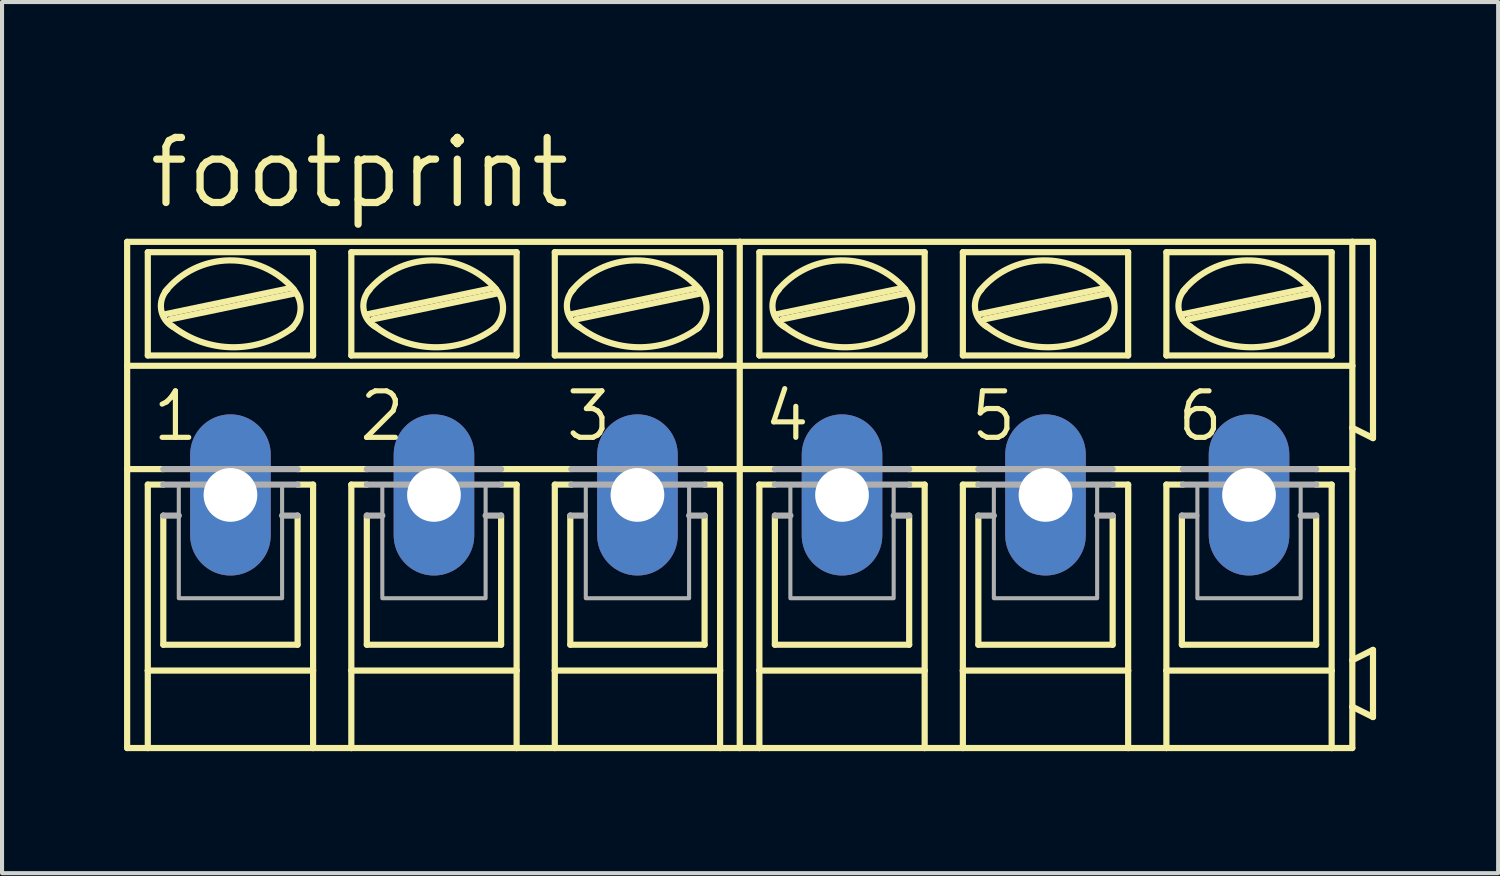
<source format=kicad_pcb>
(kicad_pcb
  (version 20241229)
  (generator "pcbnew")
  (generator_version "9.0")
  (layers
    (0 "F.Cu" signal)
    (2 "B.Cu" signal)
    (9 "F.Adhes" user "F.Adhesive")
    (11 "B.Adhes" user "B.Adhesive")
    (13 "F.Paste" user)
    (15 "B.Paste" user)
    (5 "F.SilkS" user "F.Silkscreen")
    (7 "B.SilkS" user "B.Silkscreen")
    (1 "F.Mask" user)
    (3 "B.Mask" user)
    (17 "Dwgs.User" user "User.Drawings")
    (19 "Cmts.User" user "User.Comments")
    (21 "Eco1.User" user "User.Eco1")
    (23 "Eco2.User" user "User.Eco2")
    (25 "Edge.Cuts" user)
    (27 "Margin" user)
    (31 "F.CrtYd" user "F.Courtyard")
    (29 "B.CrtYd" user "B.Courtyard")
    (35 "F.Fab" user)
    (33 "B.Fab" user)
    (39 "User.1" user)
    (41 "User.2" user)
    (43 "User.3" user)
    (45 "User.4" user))
  (footprint "footprint"
    (layer "F.Cu")
    (at 15.138 9.119)
    (property "Reference" "footprint" (at -14.605 -6.985 0) (layer "F.SilkS") (effects (font (size 1.6 1.6) (thickness 0.178)) (justify left bottom)))
    (fp_line (start -15.062 -3.175) (end -15.062 -6.223) (stroke (width 0.152) (type solid)) (layer "F.SilkS"))
    (fp_line (start -15.062 -3.175) (end 0 -3.175) (stroke (width 0.152) (type solid)) (layer "F.SilkS"))
    (fp_line (start -15.062 -0.635) (end -15.062 -3.175) (stroke (width 0.152) (type solid)) (layer "F.SilkS"))
    (fp_line (start -15.062 -0.635) (end -14.173 -0.635) (stroke (width 0.152) (type solid)) (layer "F.SilkS"))
    (fp_line (start -15.062 6.223) (end -15.062 -0.635) (stroke (width 0.152) (type solid)) (layer "F.SilkS"))
    (fp_line (start -15.062 6.223) (end -14.554 6.223) (stroke (width 0.152) (type solid)) (layer "F.SilkS"))
    (fp_line (start -14.554 -3.429) (end -14.554 -5.969) (stroke (width 0.152) (type solid)) (layer "F.SilkS"))
    (fp_line (start -14.554 -0.254) (end -14.554 4.318) (stroke (width 0.152) (type solid)) (layer "F.SilkS"))
    (fp_line (start -14.554 -0.254) (end -14.173 -0.254) (stroke (width 0.152) (type solid)) (layer "F.SilkS"))
    (fp_line (start -14.554 4.318) (end -14.554 6.223) (stroke (width 0.152) (type solid)) (layer "F.SilkS"))
    (fp_line (start -14.554 6.223) (end -10.49 6.223) (stroke (width 0.152) (type solid)) (layer "F.SilkS"))
    (fp_line (start -14.173 3.683) (end -14.173 0.508) (stroke (width 0.152) (type solid)) (layer "F.SilkS"))
    (fp_line (start -14.122 -4.445) (end -11.074 -5.08) (stroke (width 0.152) (type solid)) (layer "F.SilkS"))
    (fp_line (start -13.995 -4.318) (end -10.947 -4.953) (stroke (width 0.152) (type solid)) (layer "F.SilkS"))
    (fp_line (start -10.871 -0.635) (end -9.169 -0.635) (stroke (width 0.152) (type solid)) (layer "F.SilkS"))
    (fp_line (start -10.871 3.683) (end -14.173 3.683) (stroke (width 0.152) (type solid)) (layer "F.SilkS"))
    (fp_line (start -10.871 3.683) (end -10.871 0.508) (stroke (width 0.152) (type solid)) (layer "F.SilkS"))
    (fp_line (start -10.49 -5.969) (end -14.554 -5.969) (stroke (width 0.152) (type solid)) (layer "F.SilkS"))
    (fp_line (start -10.49 -3.429) (end -14.554 -3.429) (stroke (width 0.152) (type solid)) (layer "F.SilkS"))
    (fp_line (start -10.49 -3.429) (end -10.49 -5.969) (stroke (width 0.152) (type solid)) (layer "F.SilkS"))
    (fp_line (start -10.49 -0.254) (end -10.871 -0.254) (stroke (width 0.152) (type solid)) (layer "F.SilkS"))
    (fp_line (start -10.49 4.318) (end -14.554 4.318) (stroke (width 0.152) (type solid)) (layer "F.SilkS"))
    (fp_line (start -10.49 4.318) (end -10.49 -0.254) (stroke (width 0.152) (type solid)) (layer "F.SilkS"))
    (fp_line (start -10.49 6.223) (end -10.49 4.318) (stroke (width 0.152) (type solid)) (layer "F.SilkS"))
    (fp_line (start -10.49 6.223) (end -9.55 6.223) (stroke (width 0.152) (type solid)) (layer "F.SilkS"))
    (fp_line (start -9.55 -5.969) (end -5.486 -5.969) (stroke (width 0.152) (type solid)) (layer "F.SilkS"))
    (fp_line (start -9.55 -3.429) (end -9.55 -5.969) (stroke (width 0.152) (type solid)) (layer "F.SilkS"))
    (fp_line (start -9.55 -0.254) (end -9.169 -0.254) (stroke (width 0.152) (type solid)) (layer "F.SilkS"))
    (fp_line (start -9.55 4.318) (end -9.55 -0.254) (stroke (width 0.152) (type solid)) (layer "F.SilkS"))
    (fp_line (start -9.55 4.318) (end -5.486 4.318) (stroke (width 0.152) (type solid)) (layer "F.SilkS"))
    (fp_line (start -9.55 6.223) (end -9.55 4.318) (stroke (width 0.152) (type solid)) (layer "F.SilkS"))
    (fp_line (start -9.55 6.223) (end -5.486 6.223) (stroke (width 0.152) (type solid)) (layer "F.SilkS"))
    (fp_line (start -9.169 3.683) (end -9.169 0.508) (stroke (width 0.152) (type solid)) (layer "F.SilkS"))
    (fp_line (start -9.144 -4.445) (end -6.096 -5.08) (stroke (width 0.152) (type solid)) (layer "F.SilkS"))
    (fp_line (start -9.017 -4.318) (end -5.969 -4.953) (stroke (width 0.152) (type solid)) (layer "F.SilkS"))
    (fp_line (start -5.867 3.683) (end -9.169 3.683) (stroke (width 0.152) (type solid)) (layer "F.SilkS"))
    (fp_line (start -5.867 3.683) (end -5.867 0.508) (stroke (width 0.152) (type solid)) (layer "F.SilkS"))
    (fp_line (start -5.842 -0.635) (end -4.166 -0.635) (stroke (width 0.152) (type solid)) (layer "F.SilkS"))
    (fp_line (start -5.486 -5.969) (end -5.486 -3.429) (stroke (width 0.152) (type solid)) (layer "F.SilkS"))
    (fp_line (start -5.486 -3.429) (end -9.55 -3.429) (stroke (width 0.152) (type solid)) (layer "F.SilkS"))
    (fp_line (start -5.486 -0.254) (end -5.867 -0.254) (stroke (width 0.152) (type solid)) (layer "F.SilkS"))
    (fp_line (start -5.486 -0.254) (end -5.486 4.318) (stroke (width 0.152) (type solid)) (layer "F.SilkS"))
    (fp_line (start -5.486 4.318) (end -5.486 6.223) (stroke (width 0.152) (type solid)) (layer "F.SilkS"))
    (fp_line (start -5.486 6.223) (end -4.547 6.223) (stroke (width 0.152) (type solid)) (layer "F.SilkS"))
    (fp_line (start -4.547 -5.969) (end -0.483 -5.969) (stroke (width 0.152) (type solid)) (layer "F.SilkS"))
    (fp_line (start -4.547 -3.429) (end -4.547 -5.969) (stroke (width 0.152) (type solid)) (layer "F.SilkS"))
    (fp_line (start -4.547 -0.254) (end -4.14 -0.254) (stroke (width 0.152) (type solid)) (layer "F.SilkS"))
    (fp_line (start -4.547 4.318) (end -4.547 -0.254) (stroke (width 0.152) (type solid)) (layer "F.SilkS"))
    (fp_line (start -4.547 4.318) (end -0.483 4.318) (stroke (width 0.152) (type solid)) (layer "F.SilkS"))
    (fp_line (start -4.547 6.223) (end -4.547 4.318) (stroke (width 0.152) (type solid)) (layer "F.SilkS"))
    (fp_line (start -4.547 6.223) (end -0.483 6.223) (stroke (width 0.152) (type solid)) (layer "F.SilkS"))
    (fp_line (start -4.166 3.683) (end -4.166 0.508) (stroke (width 0.152) (type solid)) (layer "F.SilkS"))
    (fp_line (start -4.14 -4.445) (end -1.092 -5.08) (stroke (width 0.152) (type solid)) (layer "F.SilkS"))
    (fp_line (start -4.013 -4.318) (end -0.965 -4.953) (stroke (width 0.152) (type solid)) (layer "F.SilkS"))
    (fp_line (start -0.864 3.683) (end -4.166 3.683) (stroke (width 0.152) (type solid)) (layer "F.SilkS"))
    (fp_line (start -0.864 3.683) (end -0.864 0.508) (stroke (width 0.152) (type solid)) (layer "F.SilkS"))
    (fp_line (start -0.483 -5.969) (end -0.483 -3.429) (stroke (width 0.152) (type solid)) (layer "F.SilkS"))
    (fp_line (start -0.483 -3.429) (end -4.547 -3.429) (stroke (width 0.152) (type solid)) (layer "F.SilkS"))
    (fp_line (start -0.483 -0.254) (end -0.864 -0.254) (stroke (width 0.152) (type solid)) (layer "F.SilkS"))
    (fp_line (start -0.483 -0.254) (end -0.483 4.318) (stroke (width 0.152) (type solid)) (layer "F.SilkS"))
    (fp_line (start -0.483 4.318) (end -0.483 6.223) (stroke (width 0.152) (type solid)) (layer "F.SilkS"))
    (fp_line (start -0.483 6.223) (end 0 6.223) (stroke (width 0.152) (type solid)) (layer "F.SilkS"))
    (fp_line (start 0 -6.223) (end -15.062 -6.223) (stroke (width 0.152) (type solid)) (layer "F.SilkS"))
    (fp_line (start 0 -3.175) (end 0 -6.223) (stroke (width 0.152) (type solid)) (layer "F.SilkS"))
    (fp_line (start 0 -3.175) (end 15.062 -3.175) (stroke (width 0.152) (type solid)) (layer "F.SilkS"))
    (fp_line (start 0 -0.635) (end -0.864 -0.635) (stroke (width 0.152) (type solid)) (layer "F.SilkS"))
    (fp_line (start 0 -0.635) (end 0 -3.175) (stroke (width 0.152) (type solid)) (layer "F.SilkS"))
    (fp_line (start 0 -0.635) (end 0.864 -0.635) (stroke (width 0.152) (type solid)) (layer "F.SilkS"))
    (fp_line (start 0 6.223) (end 0 -0.635) (stroke (width 0.152) (type solid)) (layer "F.SilkS"))
    (fp_line (start 0 6.223) (end 0.483 6.223) (stroke (width 0.152) (type solid)) (layer "F.SilkS"))
    (fp_line (start 0.483 -3.429) (end 0.483 -5.969) (stroke (width 0.152) (type solid)) (layer "F.SilkS"))
    (fp_line (start 0.483 -0.254) (end 0.483 4.318) (stroke (width 0.152) (type solid)) (layer "F.SilkS"))
    (fp_line (start 0.483 -0.254) (end 0.864 -0.254) (stroke (width 0.152) (type solid)) (layer "F.SilkS"))
    (fp_line (start 0.483 4.318) (end 0.483 6.223) (stroke (width 0.152) (type solid)) (layer "F.SilkS"))
    (fp_line (start 0.483 6.223) (end 4.547 6.223) (stroke (width 0.152) (type solid)) (layer "F.SilkS"))
    (fp_line (start 0.864 3.683) (end 0.864 0.508) (stroke (width 0.152) (type solid)) (layer "F.SilkS"))
    (fp_line (start 0.914 -4.445) (end 3.962 -5.08) (stroke (width 0.152) (type solid)) (layer "F.SilkS"))
    (fp_line (start 1.041 -4.318) (end 4.089 -4.953) (stroke (width 0.152) (type solid)) (layer "F.SilkS"))
    (fp_line (start 4.166 -0.635) (end 5.867 -0.635) (stroke (width 0.152) (type solid)) (layer "F.SilkS"))
    (fp_line (start 4.166 3.683) (end 0.864 3.683) (stroke (width 0.152) (type solid)) (layer "F.SilkS"))
    (fp_line (start 4.166 3.683) (end 4.166 0.508) (stroke (width 0.152) (type solid)) (layer "F.SilkS"))
    (fp_line (start 4.547 -5.969) (end 0.483 -5.969) (stroke (width 0.152) (type solid)) (layer "F.SilkS"))
    (fp_line (start 4.547 -3.429) (end 0.483 -3.429) (stroke (width 0.152) (type solid)) (layer "F.SilkS"))
    (fp_line (start 4.547 -3.429) (end 4.547 -5.969) (stroke (width 0.152) (type solid)) (layer "F.SilkS"))
    (fp_line (start 4.547 -0.254) (end 4.166 -0.254) (stroke (width 0.152) (type solid)) (layer "F.SilkS"))
    (fp_line (start 4.547 4.318) (end 0.483 4.318) (stroke (width 0.152) (type solid)) (layer "F.SilkS"))
    (fp_line (start 4.547 4.318) (end 4.547 -0.254) (stroke (width 0.152) (type solid)) (layer "F.SilkS"))
    (fp_line (start 4.547 6.223) (end 4.547 4.318) (stroke (width 0.152) (type solid)) (layer "F.SilkS"))
    (fp_line (start 4.547 6.223) (end 5.486 6.223) (stroke (width 0.152) (type solid)) (layer "F.SilkS"))
    (fp_line (start 5.486 -5.969) (end 9.55 -5.969) (stroke (width 0.152) (type solid)) (layer "F.SilkS"))
    (fp_line (start 5.486 -3.429) (end 5.486 -5.969) (stroke (width 0.152) (type solid)) (layer "F.SilkS"))
    (fp_line (start 5.486 -0.254) (end 5.867 -0.254) (stroke (width 0.152) (type solid)) (layer "F.SilkS"))
    (fp_line (start 5.486 4.318) (end 5.486 -0.254) (stroke (width 0.152) (type solid)) (layer "F.SilkS"))
    (fp_line (start 5.486 4.318) (end 9.55 4.318) (stroke (width 0.152) (type solid)) (layer "F.SilkS"))
    (fp_line (start 5.486 6.223) (end 5.486 4.318) (stroke (width 0.152) (type solid)) (layer "F.SilkS"))
    (fp_line (start 5.486 6.223) (end 9.55 6.223) (stroke (width 0.152) (type solid)) (layer "F.SilkS"))
    (fp_line (start 5.867 3.683) (end 5.867 0.508) (stroke (width 0.152) (type solid)) (layer "F.SilkS"))
    (fp_line (start 5.893 -4.445) (end 8.941 -5.08) (stroke (width 0.152) (type solid)) (layer "F.SilkS"))
    (fp_line (start 6.02 -4.318) (end 9.068 -4.953) (stroke (width 0.152) (type solid)) (layer "F.SilkS"))
    (fp_line (start 9.169 3.683) (end 5.867 3.683) (stroke (width 0.152) (type solid)) (layer "F.SilkS"))
    (fp_line (start 9.169 3.683) (end 9.169 0.508) (stroke (width 0.152) (type solid)) (layer "F.SilkS"))
    (fp_line (start 9.195 -0.635) (end 10.871 -0.635) (stroke (width 0.152) (type solid)) (layer "F.SilkS"))
    (fp_line (start 9.55 -5.969) (end 9.55 -3.429) (stroke (width 0.152) (type solid)) (layer "F.SilkS"))
    (fp_line (start 9.55 -3.429) (end 5.486 -3.429) (stroke (width 0.152) (type solid)) (layer "F.SilkS"))
    (fp_line (start 9.55 -0.254) (end 9.169 -0.254) (stroke (width 0.152) (type solid)) (layer "F.SilkS"))
    (fp_line (start 9.55 -0.254) (end 9.55 4.318) (stroke (width 0.152) (type solid)) (layer "F.SilkS"))
    (fp_line (start 9.55 4.318) (end 9.55 6.223) (stroke (width 0.152) (type solid)) (layer "F.SilkS"))
    (fp_line (start 9.55 6.223) (end 10.49 6.223) (stroke (width 0.152) (type solid)) (layer "F.SilkS"))
    (fp_line (start 10.49 -5.969) (end 14.554 -5.969) (stroke (width 0.152) (type solid)) (layer "F.SilkS"))
    (fp_line (start 10.49 -3.429) (end 10.49 -5.969) (stroke (width 0.152) (type solid)) (layer "F.SilkS"))
    (fp_line (start 10.49 -0.254) (end 10.897 -0.254) (stroke (width 0.152) (type solid)) (layer "F.SilkS"))
    (fp_line (start 10.49 4.318) (end 10.49 -0.254) (stroke (width 0.152) (type solid)) (layer "F.SilkS"))
    (fp_line (start 10.49 4.318) (end 14.554 4.318) (stroke (width 0.152) (type solid)) (layer "F.SilkS"))
    (fp_line (start 10.49 6.223) (end 10.49 4.318) (stroke (width 0.152) (type solid)) (layer "F.SilkS"))
    (fp_line (start 10.49 6.223) (end 14.554 6.223) (stroke (width 0.152) (type solid)) (layer "F.SilkS"))
    (fp_line (start 10.871 3.683) (end 10.871 0.508) (stroke (width 0.152) (type solid)) (layer "F.SilkS"))
    (fp_line (start 10.897 -4.445) (end 13.945 -5.08) (stroke (width 0.152) (type solid)) (layer "F.SilkS"))
    (fp_line (start 11.024 -4.318) (end 14.072 -4.953) (stroke (width 0.152) (type solid)) (layer "F.SilkS"))
    (fp_line (start 14.173 3.683) (end 10.871 3.683) (stroke (width 0.152) (type solid)) (layer "F.SilkS"))
    (fp_line (start 14.173 3.683) (end 14.173 0.508) (stroke (width 0.152) (type solid)) (layer "F.SilkS"))
    (fp_line (start 14.554 -5.969) (end 14.554 -3.429) (stroke (width 0.152) (type solid)) (layer "F.SilkS"))
    (fp_line (start 14.554 -3.429) (end 10.49 -3.429) (stroke (width 0.152) (type solid)) (layer "F.SilkS"))
    (fp_line (start 14.554 -0.254) (end 14.173 -0.254) (stroke (width 0.152) (type solid)) (layer "F.SilkS"))
    (fp_line (start 14.554 -0.254) (end 14.554 4.318) (stroke (width 0.152) (type solid)) (layer "F.SilkS"))
    (fp_line (start 14.554 4.318) (end 14.554 6.223) (stroke (width 0.152) (type solid)) (layer "F.SilkS"))
    (fp_line (start 14.554 6.223) (end 15.062 6.223) (stroke (width 0.152) (type solid)) (layer "F.SilkS"))
    (fp_line (start 15.062 -6.223) (end 0 -6.223) (stroke (width 0.152) (type solid)) (layer "F.SilkS"))
    (fp_line (start 15.062 -6.223) (end 15.062 -3.175) (stroke (width 0.152) (type solid)) (layer "F.SilkS"))
    (fp_line (start 15.062 -6.223) (end 15.57 -6.223) (stroke (width 0.152) (type solid)) (layer "F.SilkS"))
    (fp_line (start 15.062 -3.175) (end 15.062 -1.651) (stroke (width 0.152) (type solid)) (layer "F.SilkS"))
    (fp_line (start 15.062 -1.651) (end 15.062 -0.635) (stroke (width 0.152) (type solid)) (layer "F.SilkS"))
    (fp_line (start 15.062 -0.635) (end 14.173 -0.635) (stroke (width 0.152) (type solid)) (layer "F.SilkS"))
    (fp_line (start 15.062 -0.635) (end 15.062 4.064) (stroke (width 0.152) (type solid)) (layer "F.SilkS"))
    (fp_line (start 15.062 4.064) (end 15.062 5.207) (stroke (width 0.152) (type solid)) (layer "F.SilkS"))
    (fp_line (start 15.062 5.207) (end 15.062 6.223) (stroke (width 0.152) (type solid)) (layer "F.SilkS"))
    (fp_line (start 15.57 -6.223) (end 15.57 -1.397) (stroke (width 0.152) (type solid)) (layer "F.SilkS"))
    (fp_line (start 15.57 -1.397) (end 15.062 -1.651) (stroke (width 0.152) (type solid)) (layer "F.SilkS"))
    (fp_line (start 15.57 3.81) (end 15.062 4.064) (stroke (width 0.152) (type solid)) (layer "F.SilkS"))
    (fp_line (start 15.57 3.81) (end 15.57 5.461) (stroke (width 0.152) (type solid)) (layer "F.SilkS"))
    (fp_line (start 15.57 5.461) (end 15.062 5.207) (stroke (width 0.152) (type solid)) (layer "F.SilkS"))
    (fp_arc (start -14.1224 -5.0038) (mid -12.558026 -5.76695) (end -10.967999 -5.058801) (stroke (width 0.1524) (type solid)) (layer "F.SilkS"))
    (fp_arc (start -13.927901 -4.129699) (mid -14.225825 -4.557025) (end -14.0716 -5.0546) (stroke (width 0.1524) (type solid)) (layer "F.SilkS"))
    (fp_arc (start -10.982201 -4.118799) (mid -12.484104 -3.631242) (end -13.97 -4.1656) (stroke (width 0.1524) (type solid)) (layer "F.SilkS"))
    (fp_arc (start -10.972899 -5.054499) (mid -10.798539 -4.558083) (end -11.0286 -4.0849) (stroke (width 0.1524) (type solid)) (layer "F.SilkS"))
    (fp_arc (start -9.144 -5.0038) (mid -7.579626 -5.76695) (end -5.989599 -5.058801) (stroke (width 0.1524) (type solid)) (layer "F.SilkS"))
    (fp_arc (start -8.949501 -4.129699) (mid -9.247425 -4.557025) (end -9.0932 -5.0546) (stroke (width 0.1524) (type solid)) (layer "F.SilkS"))
    (fp_arc (start -6.003801 -4.118799) (mid -7.505704 -3.631242) (end -8.9916 -4.1656) (stroke (width 0.1524) (type solid)) (layer "F.SilkS"))
    (fp_arc (start -5.994499 -5.054499) (mid -5.820139 -4.558083) (end -6.0502 -4.0849) (stroke (width 0.1524) (type solid)) (layer "F.SilkS"))
    (fp_arc (start -4.1402 -5.0038) (mid -2.575826 -5.76695) (end -0.985799 -5.058801) (stroke (width 0.1524) (type solid)) (layer "F.SilkS"))
    (fp_arc (start -3.945701 -4.129699) (mid -4.243625 -4.557025) (end -4.0894 -5.0546) (stroke (width 0.1524) (type solid)) (layer "F.SilkS"))
    (fp_arc (start -1.000001 -4.118799) (mid -2.501904 -3.631242) (end -3.9878 -4.1656) (stroke (width 0.1524) (type solid)) (layer "F.SilkS"))
    (fp_arc (start -0.990699 -5.054499) (mid -0.816339 -4.558083) (end -1.0464 -4.0849) (stroke (width 0.1524) (type solid)) (layer "F.SilkS"))
    (fp_arc (start 0.9144 -5.0038) (mid 2.47872 -5.766807) (end 4.0686 -5.058598) (stroke (width 0.1524) (type solid)) (layer "F.SilkS"))
    (fp_arc (start 1.108898 -4.1297) (mid 0.810975 -4.557026) (end 0.9652 -5.0546) (stroke (width 0.1524) (type solid)) (layer "F.SilkS"))
    (fp_arc (start 4.0546 -4.118901) (mid 2.552714 -3.631283) (end 1.0668 -4.1656) (stroke (width 0.1524) (type solid)) (layer "F.SilkS"))
    (fp_arc (start 4.0639 -5.0545) (mid 4.23826 -4.558084) (end 4.0082 -4.0849) (stroke (width 0.1524) (type solid)) (layer "F.SilkS"))
    (fp_arc (start 5.8928 -5.0038) (mid 7.45712 -5.766807) (end 9.047 -5.058598) (stroke (width 0.1524) (type solid)) (layer "F.SilkS"))
    (fp_arc (start 6.087298 -4.1297) (mid 5.789375 -4.557026) (end 5.9436 -5.0546) (stroke (width 0.1524) (type solid)) (layer "F.SilkS"))
    (fp_arc (start 9.033 -4.118901) (mid 7.531114 -3.631283) (end 6.0452 -4.1656) (stroke (width 0.1524) (type solid)) (layer "F.SilkS"))
    (fp_arc (start 9.0423 -5.0545) (mid 9.21666 -4.558084) (end 8.9866 -4.0849) (stroke (width 0.1524) (type solid)) (layer "F.SilkS"))
    (fp_arc (start 10.8966 -5.0038) (mid 12.46092 -5.766807) (end 14.0508 -5.058598) (stroke (width 0.1524) (type solid)) (layer "F.SilkS"))
    (fp_arc (start 11.091098 -4.1297) (mid 10.793175 -4.557026) (end 10.9474 -5.0546) (stroke (width 0.1524) (type solid)) (layer "F.SilkS"))
    (fp_arc (start 14.0368 -4.118901) (mid 12.534914 -3.631283) (end 11.049 -4.1656) (stroke (width 0.1524) (type solid)) (layer "F.SilkS"))
    (fp_arc (start 14.0461 -5.0545) (mid 14.22046 -4.558084) (end 13.9904 -4.0849) (stroke (width 0.1524) (type solid)) (layer "F.SilkS"))
    (fp_line (start -14.173 -0.635) (end -10.871 -0.635) (stroke (width 0.152) (type solid)) (layer "F.Fab"))
    (fp_line (start -14.173 0.508) (end -13.792 0.508) (stroke (width 0.152) (type solid)) (layer "F.Fab"))
    (fp_line (start -10.871 -0.254) (end -14.173 -0.254) (stroke (width 0.152) (type solid)) (layer "F.Fab"))
    (fp_line (start -10.871 0.508) (end -11.252 0.508) (stroke (width 0.152) (type solid)) (layer "F.Fab"))
    (fp_line (start -9.169 -0.254) (end -5.867 -0.254) (stroke (width 0.152) (type solid)) (layer "F.Fab"))
    (fp_line (start -9.169 0.508) (end -8.788 0.508) (stroke (width 0.152) (type solid)) (layer "F.Fab"))
    (fp_line (start -5.867 -0.635) (end -9.169 -0.635) (stroke (width 0.152) (type solid)) (layer "F.Fab"))
    (fp_line (start -5.867 0.508) (end -6.248 0.508) (stroke (width 0.152) (type solid)) (layer "F.Fab"))
    (fp_line (start -4.166 0.508) (end -3.81 0.508) (stroke (width 0.152) (type solid)) (layer "F.Fab"))
    (fp_line (start -4.14 -0.254) (end -0.864 -0.254) (stroke (width 0.152) (type solid)) (layer "F.Fab"))
    (fp_line (start -0.864 -0.635) (end -4.14 -0.635) (stroke (width 0.152) (type solid)) (layer "F.Fab"))
    (fp_line (start -0.864 0.508) (end -1.245 0.508) (stroke (width 0.152) (type solid)) (layer "F.Fab"))
    (fp_line (start 0.864 -0.635) (end 4.166 -0.635) (stroke (width 0.152) (type solid)) (layer "F.Fab"))
    (fp_line (start 0.864 0.508) (end 1.245 0.508) (stroke (width 0.152) (type solid)) (layer "F.Fab"))
    (fp_line (start 4.166 -0.254) (end 0.864 -0.254) (stroke (width 0.152) (type solid)) (layer "F.Fab"))
    (fp_line (start 4.166 0.508) (end 3.785 0.508) (stroke (width 0.152) (type solid)) (layer "F.Fab"))
    (fp_line (start 5.867 -0.254) (end 9.169 -0.254) (stroke (width 0.152) (type solid)) (layer "F.Fab"))
    (fp_line (start 5.867 0.508) (end 6.248 0.508) (stroke (width 0.152) (type solid)) (layer "F.Fab"))
    (fp_line (start 9.169 -0.635) (end 5.867 -0.635) (stroke (width 0.152) (type solid)) (layer "F.Fab"))
    (fp_line (start 9.169 0.508) (end 8.788 0.508) (stroke (width 0.152) (type solid)) (layer "F.Fab"))
    (fp_line (start 10.871 0.508) (end 11.227 0.508) (stroke (width 0.152) (type solid)) (layer "F.Fab"))
    (fp_line (start 10.897 -0.254) (end 14.173 -0.254) (stroke (width 0.152) (type solid)) (layer "F.Fab"))
    (fp_line (start 14.173 -0.635) (end 10.897 -0.635) (stroke (width 0.152) (type solid)) (layer "F.Fab"))
    (fp_line (start 14.173 0.508) (end 13.792 0.508) (stroke (width 0.152) (type solid)) (layer "F.Fab"))
    (fp_poly (pts (xy -13.792 2.54) (xy -11.252 2.54) (xy -11.252 -0.254) (xy -13.792 -0.254)) (stroke (width 0.1) (type solid)) (fill no) (layer "F.Fab"))
    (fp_poly (pts (xy -8.788 2.54) (xy -6.248 2.54) (xy -6.248 -0.254) (xy -8.788 -0.254)) (stroke (width 0.1) (type solid)) (fill no) (layer "F.Fab"))
    (fp_poly (pts (xy -3.785 2.54) (xy -1.245 2.54) (xy -1.245 -0.254) (xy -3.785 -0.254)) (stroke (width 0.1) (type solid)) (fill no) (layer "F.Fab"))
    (fp_poly (pts (xy 1.245 2.54) (xy 3.785 2.54) (xy 3.785 -0.254) (xy 1.245 -0.254)) (stroke (width 0.1) (type solid)) (fill no) (layer "F.Fab"))
    (fp_poly (pts (xy 6.248 2.54) (xy 8.788 2.54) (xy 8.788 -0.254) (xy 6.248 -0.254)) (stroke (width 0.1) (type solid)) (fill no) (layer "F.Fab"))
    (fp_poly (pts (xy 11.252 2.54) (xy 13.792 2.54) (xy 13.792 -0.254) (xy 11.252 -0.254)) (stroke (width 0.1) (type solid)) (fill no) (layer "F.Fab"))
    (fp_text user "5" (at 5.613 -1.27 0) (layer "F.SilkS") (effects (font (size 1.143 1.143) (thickness 0.127)) (justify left bottom)))
    (fp_text user "6" (at 10.693 -1.27 0) (layer "F.SilkS") (effects (font (size 1.143 1.143) (thickness 0.127)) (justify left bottom)))
    (fp_text user "3" (at -4.343 -1.27 0) (layer "F.SilkS") (effects (font (size 1.143 1.143) (thickness 0.127)) (justify left bottom)))
    (fp_text user "2" (at -9.423 -1.27 0) (layer "F.SilkS") (effects (font (size 1.143 1.143) (thickness 0.127)) (justify left bottom)))
    (fp_text user "1" (at -14.503 -1.27 0) (layer "F.SilkS") (effects (font (size 1.143 1.143) (thickness 0.127)) (justify left bottom)))
    (fp_text user "4" (at 0.533 -1.27 0) (layer "F.SilkS") (effects (font (size 1.143 1.143) (thickness 0.127)) (justify left bottom)))
    (pad "1" thru_hole oval (at -12.522 0 90) (size 3.962 1.981) (drill 1.321) (layers "*.Cu" "*.Mask"))
    (pad "2" thru_hole oval (at -7.518 0 90) (size 3.962 1.981) (drill 1.321) (layers "*.Cu" "*.Mask"))
    (pad "3" thru_hole oval (at -2.515 0 90) (size 3.962 1.981) (drill 1.321) (layers "*.Cu" "*.Mask"))
    (pad "4" thru_hole oval (at 2.515 0 90) (size 3.962 1.981) (drill 1.321) (layers "*.Cu" "*.Mask"))
    (pad "5" thru_hole oval (at 7.518 0 90) (size 3.962 1.981) (drill 1.321) (layers "*.Cu" "*.Mask"))
    (pad "6" thru_hole oval (at 12.522 0 90) (size 3.962 1.981) (drill 1.321) (layers "*.Cu" "*.Mask")))
  (gr_rect
    (start -3 -3)
    (end 33.785 18.418)
    (stroke (width 0.1) (type default))
    (fill no)
    (layer "Edge.Cuts")))
</source>
